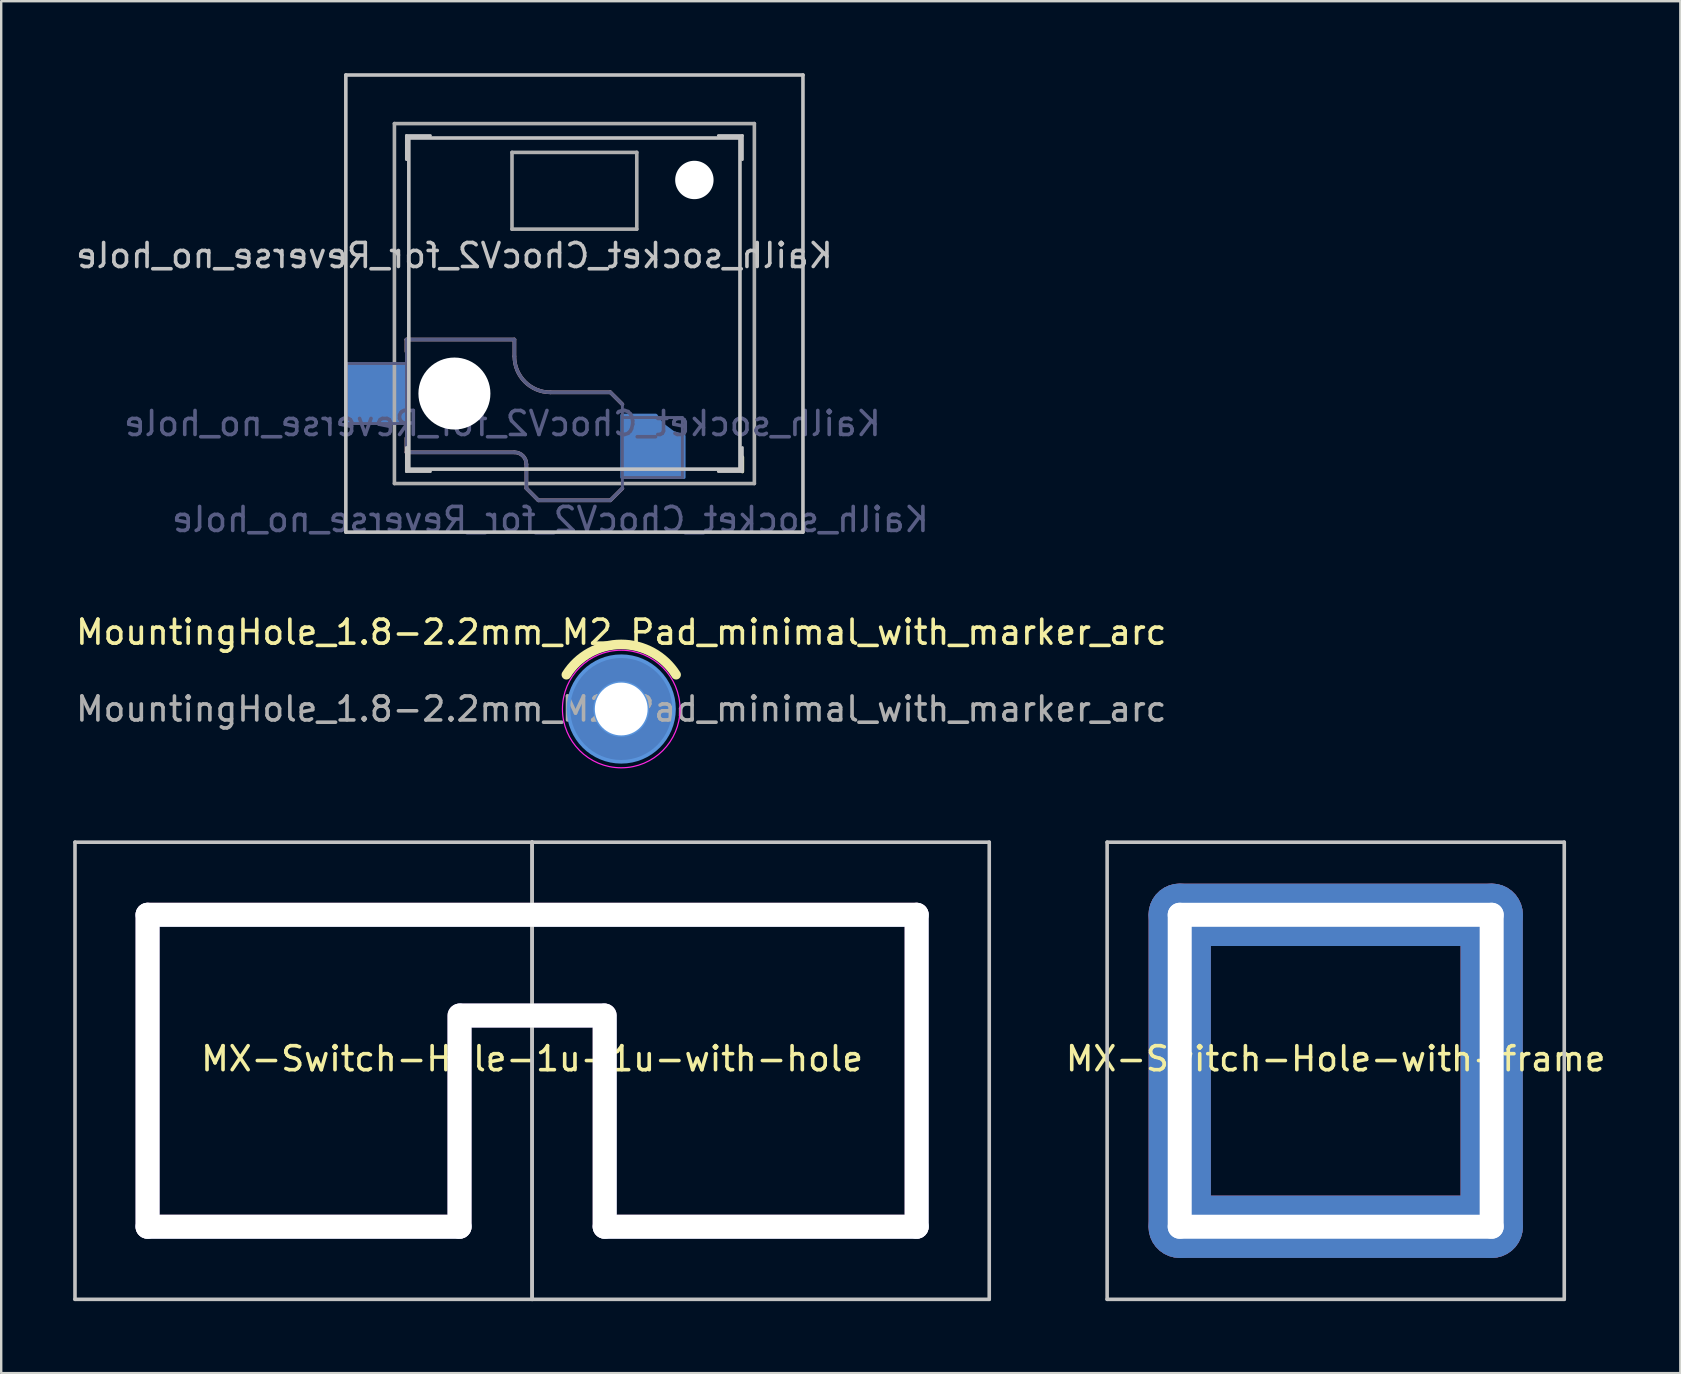
<source format=kicad_pcb>
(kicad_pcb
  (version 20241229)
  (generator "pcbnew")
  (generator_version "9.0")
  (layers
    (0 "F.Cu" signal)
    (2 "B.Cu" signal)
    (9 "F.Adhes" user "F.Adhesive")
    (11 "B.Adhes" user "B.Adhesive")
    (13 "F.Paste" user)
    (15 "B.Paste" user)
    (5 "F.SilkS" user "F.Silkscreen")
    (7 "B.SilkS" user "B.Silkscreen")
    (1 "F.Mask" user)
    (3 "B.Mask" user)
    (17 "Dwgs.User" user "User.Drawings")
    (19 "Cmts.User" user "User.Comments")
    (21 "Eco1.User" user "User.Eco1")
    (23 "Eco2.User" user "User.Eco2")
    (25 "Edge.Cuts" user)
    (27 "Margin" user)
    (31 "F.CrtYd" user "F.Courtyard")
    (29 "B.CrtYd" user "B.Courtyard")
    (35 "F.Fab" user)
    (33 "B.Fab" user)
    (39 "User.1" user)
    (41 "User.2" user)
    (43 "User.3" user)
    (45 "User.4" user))
  (footprint "MX-Switch-Hole-with-frame"
    (layer "F.Cu")
    (at 52.613 41.572)
    (property "Reference" "MX-Switch-Hole-with-frame" (at 0 -0.5 0) (unlocked yes) (layer "F.SilkS") (effects (font (size 1 1) (thickness 0.15))))
    (attr through_hole)
    (fp_line (start -9.525 -9.525) (end 9.525 -9.525) (stroke (width 0.15) (type solid)) (layer "Dwgs.User"))
    (fp_line (start -9.525 9.525) (end -9.525 -9.525) (stroke (width 0.15) (type solid)) (layer "Dwgs.User"))
    (fp_line (start 9.525 -9.525) (end 9.525 9.525) (stroke (width 0.15) (type solid)) (layer "Dwgs.User"))
    (fp_line (start 9.525 9.525) (end -9.525 9.525) (stroke (width 0.15) (type solid)) (layer "Dwgs.User"))
    (pad "" np_thru_hole roundrect (at -6.5 0 90) (size 15.6 2.6) (drill oval 14 1) (layers "*.Cu" "*.Mask") (roundrect_rratio 0.5))
    (pad "" np_thru_hole roundrect (at 0 -6.5) (size 15.6 2.6) (drill oval 14 1) (layers "*.Cu" "*.Mask") (roundrect_rratio 0.5))
    (pad "" np_thru_hole roundrect (at 0 6.5) (size 15.6 2.6) (drill oval 14 1) (layers "*.Cu" "*.Mask") (roundrect_rratio 0.5))
    (pad "" np_thru_hole roundrect (at 6.5 0 90) (size 15.6 2.6) (drill oval 14 1) (layers "*.Cu" "*.Mask") (roundrect_rratio 0.5)))
  (footprint "Kailh_socket_ChocV2_for_Reverse_no_hole"
    (layer "F.Cu")
    (at 20.887 9.6)
    (property "Reference" "Kailh_socket_ChocV2_for_Reverse_no_hole" (at -5 -2 0) (layer "Dwgs.User") (effects (font (size 1 1) (thickness 0.15)) (justify mirror)))
    (property "Value" "Kailh_socket_ChocV2_for_Reverse_no_hole" (at 0 8.255 0) (layer "F.Fab") (hide yes) (effects (font (size 1 1) (thickness 0.15))))
    (attr smd)
    (fp_line (start 7 6.4) (end 7 7) (stroke (width 0.15) (type solid)) (layer "F.SilkS"))
    (fp_line (start -7 1.5) (end -7 2) (stroke (width 0.15) (type solid)) (layer "B.SilkS"))
    (fp_line (start -7 5.6) (end -7 6.2) (stroke (width 0.15) (type solid)) (layer "B.SilkS"))
    (fp_line (start -7 6.2) (end -2.5 6.2) (stroke (width 0.15) (type solid)) (layer "B.SilkS"))
    (fp_line (start -2.5 1.5) (end -7 1.5) (stroke (width 0.15) (type solid)) (layer "B.SilkS"))
    (fp_line (start -2.5 2.2) (end -2.5 1.5) (stroke (width 0.15) (type solid)) (layer "B.SilkS"))
    (fp_line (start -2 6.7) (end -2 7.7) (stroke (width 0.15) (type solid)) (layer "B.SilkS"))
    (fp_line (start -1.5 8.2) (end -2 7.7) (stroke (width 0.15) (type solid)) (layer "B.SilkS"))
    (fp_line (start 1.5 3.7) (end -1 3.7) (stroke (width 0.15) (type solid)) (layer "B.SilkS"))
    (fp_line (start 1.5 8.2) (end -1.5 8.2) (stroke (width 0.15) (type solid)) (layer "B.SilkS"))
    (fp_line (start 2 4.2) (end 1.5 3.7) (stroke (width 0.15) (type solid)) (layer "B.SilkS"))
    (fp_line (start 2 7.7) (end 1.5 8.2) (stroke (width 0.15) (type solid)) (layer "B.SilkS"))
    (fp_arc (start -2.5 6.2) (mid -2.146447 6.346447) (end -2 6.7) (stroke (width 0.15) (type solid)) (layer "B.SilkS"))
    (fp_arc (start -1 3.7) (mid -2.06066 3.26066) (end -2.5 2.2) (stroke (width 0.15) (type solid)) (layer "B.SilkS"))
    (fp_line (start -9.525 -9.525) (end 9.525 -9.525) (stroke (width 0.15) (type solid)) (layer "Dwgs.User"))
    (fp_line (start -9.525 9.525) (end -9.525 -9.525) (stroke (width 0.15) (type solid)) (layer "Dwgs.User"))
    (fp_line (start -7 -7) (end -7 -6) (stroke (width 0.12) (type solid)) (layer "Dwgs.User"))
    (fp_line (start -7 -7) (end -6 -7) (stroke (width 0.12) (type solid)) (layer "Dwgs.User"))
    (fp_line (start -7 7) (end -7 6) (stroke (width 0.12) (type solid)) (layer "Dwgs.User"))
    (fp_line (start -7 7) (end -6 7) (stroke (width 0.12) (type solid)) (layer "Dwgs.User"))
    (fp_line (start -6.9 6.9) (end -6.9 -6.9) (stroke (width 0.15) (type solid)) (layer "Dwgs.User"))
    (fp_line (start -6.9 6.9) (end 6.9 6.9) (stroke (width 0.15) (type solid)) (layer "Dwgs.User"))
    (fp_line (start 6.9 -6.9) (end -6.9 -6.9) (stroke (width 0.15) (type solid)) (layer "Dwgs.User"))
    (fp_line (start 6.9 -6.9) (end 6.9 6.9) (stroke (width 0.15) (type solid)) (layer "Dwgs.User"))
    (fp_line (start 7 -7) (end 6 -7) (stroke (width 0.12) (type solid)) (layer "Dwgs.User"))
    (fp_line (start 7 -7) (end 7 -6) (stroke (width 0.12) (type solid)) (layer "Dwgs.User"))
    (fp_line (start 7 7) (end 6 7) (stroke (width 0.12) (type solid)) (layer "Dwgs.User"))
    (fp_line (start 7 7) (end 7 6) (stroke (width 0.12) (type solid)) (layer "Dwgs.User"))
    (fp_line (start 9.525 -9.525) (end 9.525 9.525) (stroke (width 0.15) (type solid)) (layer "Dwgs.User"))
    (fp_line (start 9.525 9.525) (end -9.525 9.525) (stroke (width 0.15) (type solid)) (layer "Dwgs.User"))
    (fp_line (start -9.5 2.5) (end -7 2.5) (stroke (width 0.12) (type solid)) (layer "B.Fab"))
    (fp_line (start -9.5 5) (end -9.5 2.5) (stroke (width 0.12) (type solid)) (layer "B.Fab"))
    (fp_line (start -7 1.5) (end -7 6.2) (stroke (width 0.12) (type solid)) (layer "B.Fab"))
    (fp_line (start -7 5) (end -9.5 5) (stroke (width 0.12) (type solid)) (layer "B.Fab"))
    (fp_line (start -7 6.2) (end -2.5 6.2) (stroke (width 0.15) (type solid)) (layer "B.Fab"))
    (fp_line (start -2.5 1.5) (end -7 1.5) (stroke (width 0.15) (type solid)) (layer "B.Fab"))
    (fp_line (start -2.5 2.2) (end -2.5 1.5) (stroke (width 0.15) (type solid)) (layer "B.Fab"))
    (fp_line (start -2 6.7) (end -2 7.7) (stroke (width 0.15) (type solid)) (layer "B.Fab"))
    (fp_line (start -1.5 8.2) (end -2 7.7) (stroke (width 0.15) (type solid)) (layer "B.Fab"))
    (fp_line (start 1.5 3.7) (end -1 3.7) (stroke (width 0.15) (type solid)) (layer "B.Fab"))
    (fp_line (start 1.5 8.2) (end -1.5 8.2) (stroke (width 0.15) (type solid)) (layer "B.Fab"))
    (fp_line (start 2 4.2) (end 1.5 3.7) (stroke (width 0.15) (type solid)) (layer "B.Fab"))
    (fp_line (start 2 4.25) (end 2 7.7) (stroke (width 0.12) (type solid)) (layer "B.Fab"))
    (fp_line (start 2 4.75) (end 4.5 4.75) (stroke (width 0.12) (type solid)) (layer "B.Fab"))
    (fp_line (start 2 7.7) (end 1.5 8.2) (stroke (width 0.15) (type solid)) (layer "B.Fab"))
    (fp_line (start 4.5 4.75) (end 4.5 7.25) (stroke (width 0.12) (type solid)) (layer "B.Fab"))
    (fp_line (start 4.5 7.25) (end 2 7.25) (stroke (width 0.12) (type solid)) (layer "B.Fab"))
    (fp_arc (start -2.5 6.2) (mid -2.146447 6.346447) (end -2 6.7) (stroke (width 0.15) (type solid)) (layer "B.Fab"))
    (fp_arc (start -1 3.7) (mid -2.06066 3.26066) (end -2.5 2.2) (stroke (width 0.15) (type solid)) (layer "B.Fab"))
    (fp_line (start -7.5 -7.5) (end 7.5 -7.5) (stroke (width 0.15) (type solid)) (layer "F.Fab"))
    (fp_line (start -7.5 7.5) (end -7.5 -7.5) (stroke (width 0.15) (type solid)) (layer "F.Fab"))
    (fp_line (start -2.6 -3.1) (end -2.6 -6.3) (stroke (width 0.15) (type solid)) (layer "F.Fab"))
    (fp_line (start -2.6 -3.1) (end 2.6 -3.1) (stroke (width 0.15) (type solid)) (layer "F.Fab"))
    (fp_line (start 2.6 -6.3) (end -2.6 -6.3) (stroke (width 0.15) (type solid)) (layer "F.Fab"))
    (fp_line (start 2.6 -3.1) (end 2.6 -6.3) (stroke (width 0.15) (type solid)) (layer "F.Fab"))
    (fp_line (start 7.5 -7.5) (end 7.5 7.5) (stroke (width 0.15) (type solid)) (layer "F.Fab"))
    (fp_line (start 7.5 7.5) (end -7.5 7.5) (stroke (width 0.15) (type solid)) (layer "F.Fab"))
    (fp_text user "${VALUE}" (at -1 9 0) (layer "B.Fab") (effects (font (size 1 1) (thickness 0.15)) (justify mirror)))
    (fp_text user "${REFERENCE}" (at -3 5 0) (layer "B.Fab") (effects (font (size 1 1) (thickness 0.15)) (justify mirror)))
    (pad "" np_thru_hole circle (at -5 3.75) (size 3 3) (drill 3) (layers "*.Cu" "*.Mask"))
    (pad "" np_thru_hole circle (at 5 -5.15) (size 1.6 1.6) (drill 1.6) (layers "*.Cu" "*.Mask"))
    (pad "1" smd custom (at 2.812 6.3) (size 1.675 1.9) (layers "B.Cu" "B.Mask" "B.Paste") (options (anchor rect)) (primitives (gr_poly (pts (xy -0.838 -1.65) (xy -0.838 0.95) (xy 1.762 0.95) (xy 1.762 -0.78) (xy 1.308 -0.93) (xy 0.838 -1.28) (xy 0.588 -1.65)) (width 0.12) (fill yes))))
    (pad "2" smd rect (at -8.275 3.75) (size 2.6 2.6) (layers "B.Cu" "B.Mask" "B.Paste")))
  (footprint "MountingHole_1.8-2.2mm_M2_Pad_minimal_with_marker_arc"
    (layer "F.Cu")
    (at 22.839 26.497)
    (property "Reference" "MountingHole_1.8-2.2mm_M2_Pad_minimal_with_marker_arc" (at 0 -3.2 0) (layer "F.SilkS") (effects (font (size 1 1) (thickness 0.15))))
    (attr exclude_from_pos_files)
    (fp_arc (start -2.286 -1.428606) (mid 0 -2.6924) (end 2.286 -1.428606) (stroke (width 0.4) (type solid)) (layer "F.SilkS"))
    (fp_circle (center 0 0) (end 1.1 0) (stroke (width 0.12) (type default)) (fill no) (layer "Cmts.User"))
    (fp_circle (center 0 0) (end 2.2 0) (stroke (width 0.15) (type solid)) (fill no) (layer "Cmts.User"))
    (fp_circle (center 0 0) (end 2.45 0) (stroke (width 0.05) (type solid)) (fill no) (layer "F.CrtYd"))
    (fp_text user "${REFERENCE}" (at 0 0 0) (layer "F.Fab") (effects (font (size 1 1) (thickness 0.15))))
    (pad "1" thru_hole circle (at 0 0) (size 3.6 3.6) (drill 2.2) (layers "*.Cu" "*.Mask"))
    (pad "1" smd circle (at 0 0) (size 4.4 4.4) (layers "B.Cu" "B.Mask")))
  (footprint "MX-Switch-Hole-1u+1u-with-hole"
    (layer "F.Cu")
    (at 19.125 41.572)
    (property "Reference" "MX-Switch-Hole-1u+1u-with-hole" (at 0 -0.5 0) (unlocked yes) (layer "F.SilkS") (effects (font (size 1 1) (thickness 0.15))))
    (attr through_hole)
    (fp_line (start -19.05 -9.525) (end 0 -9.525) (stroke (width 0.15) (type solid)) (layer "Dwgs.User"))
    (fp_line (start -19.05 9.525) (end -19.05 -9.525) (stroke (width 0.15) (type solid)) (layer "Dwgs.User"))
    (fp_line (start 0 -9.525) (end 0 9.525) (stroke (width 0.15) (type solid)) (layer "Dwgs.User"))
    (fp_line (start 0 -9.525) (end 19.05 -9.525) (stroke (width 0.15) (type solid)) (layer "Dwgs.User"))
    (fp_line (start 0 9.525) (end -19.05 9.525) (stroke (width 0.15) (type solid)) (layer "Dwgs.User"))
    (fp_line (start 0 9.525) (end 0 -9.525) (stroke (width 0.15) (type solid)) (layer "Dwgs.User"))
    (fp_line (start 19.05 -9.525) (end 19.05 9.525) (stroke (width 0.15) (type solid)) (layer "Dwgs.User"))
    (fp_line (start 19.05 9.525) (end 0 9.525) (stroke (width 0.15) (type solid)) (layer "Dwgs.User"))
    (pad "" np_thru_hole roundrect (at -16.025 0 90) (size 14 1) (drill oval 14 1) (layers "*.Cu" "*.Mask") (roundrect_rratio 0.5))
    (pad "" np_thru_hole roundrect (at -9.525 6.5) (size 14 1) (drill oval 14 1) (layers "*.Cu" "*.Mask") (roundrect_rratio 0.5))
    (pad "" np_thru_hole roundrect (at -3.025 2.1 90) (size 9.8 1) (drill oval 9.8 1) (layers "*.Cu" "*.Mask") (roundrect_rratio 0.5))
    (pad "" np_thru_hole roundrect (at 0 -6.5) (size 33.05 1) (drill oval 33.05 1) (layers "*.Cu" "*.Mask") (roundrect_rratio 0.5))
    (pad "" np_thru_hole roundrect (at 0 -2.3) (size 7 1) (drill oval 7 1) (layers "*.Cu" "*.Mask") (roundrect_rratio 0.5))
    (pad "" np_thru_hole roundrect (at 3.025 2.1 90) (size 9.8 1) (drill oval 9.8 1) (layers "*.Cu" "*.Mask") (roundrect_rratio 0.5))
    (pad "" np_thru_hole roundrect (at 9.525 6.5) (size 14 1) (drill oval 14 1) (layers "*.Cu" "*.Mask") (roundrect_rratio 0.5))
    (pad "" np_thru_hole roundrect (at 16.025 0 90) (size 14 1) (drill oval 14 1) (layers "*.Cu" "*.Mask") (roundrect_rratio 0.5)))
  (gr_rect
    (start -3 -3)
    (end 66.976 54.172)
    (stroke (width 0.1) (type default))
    (fill no)
    (layer "Edge.Cuts")))
</source>
